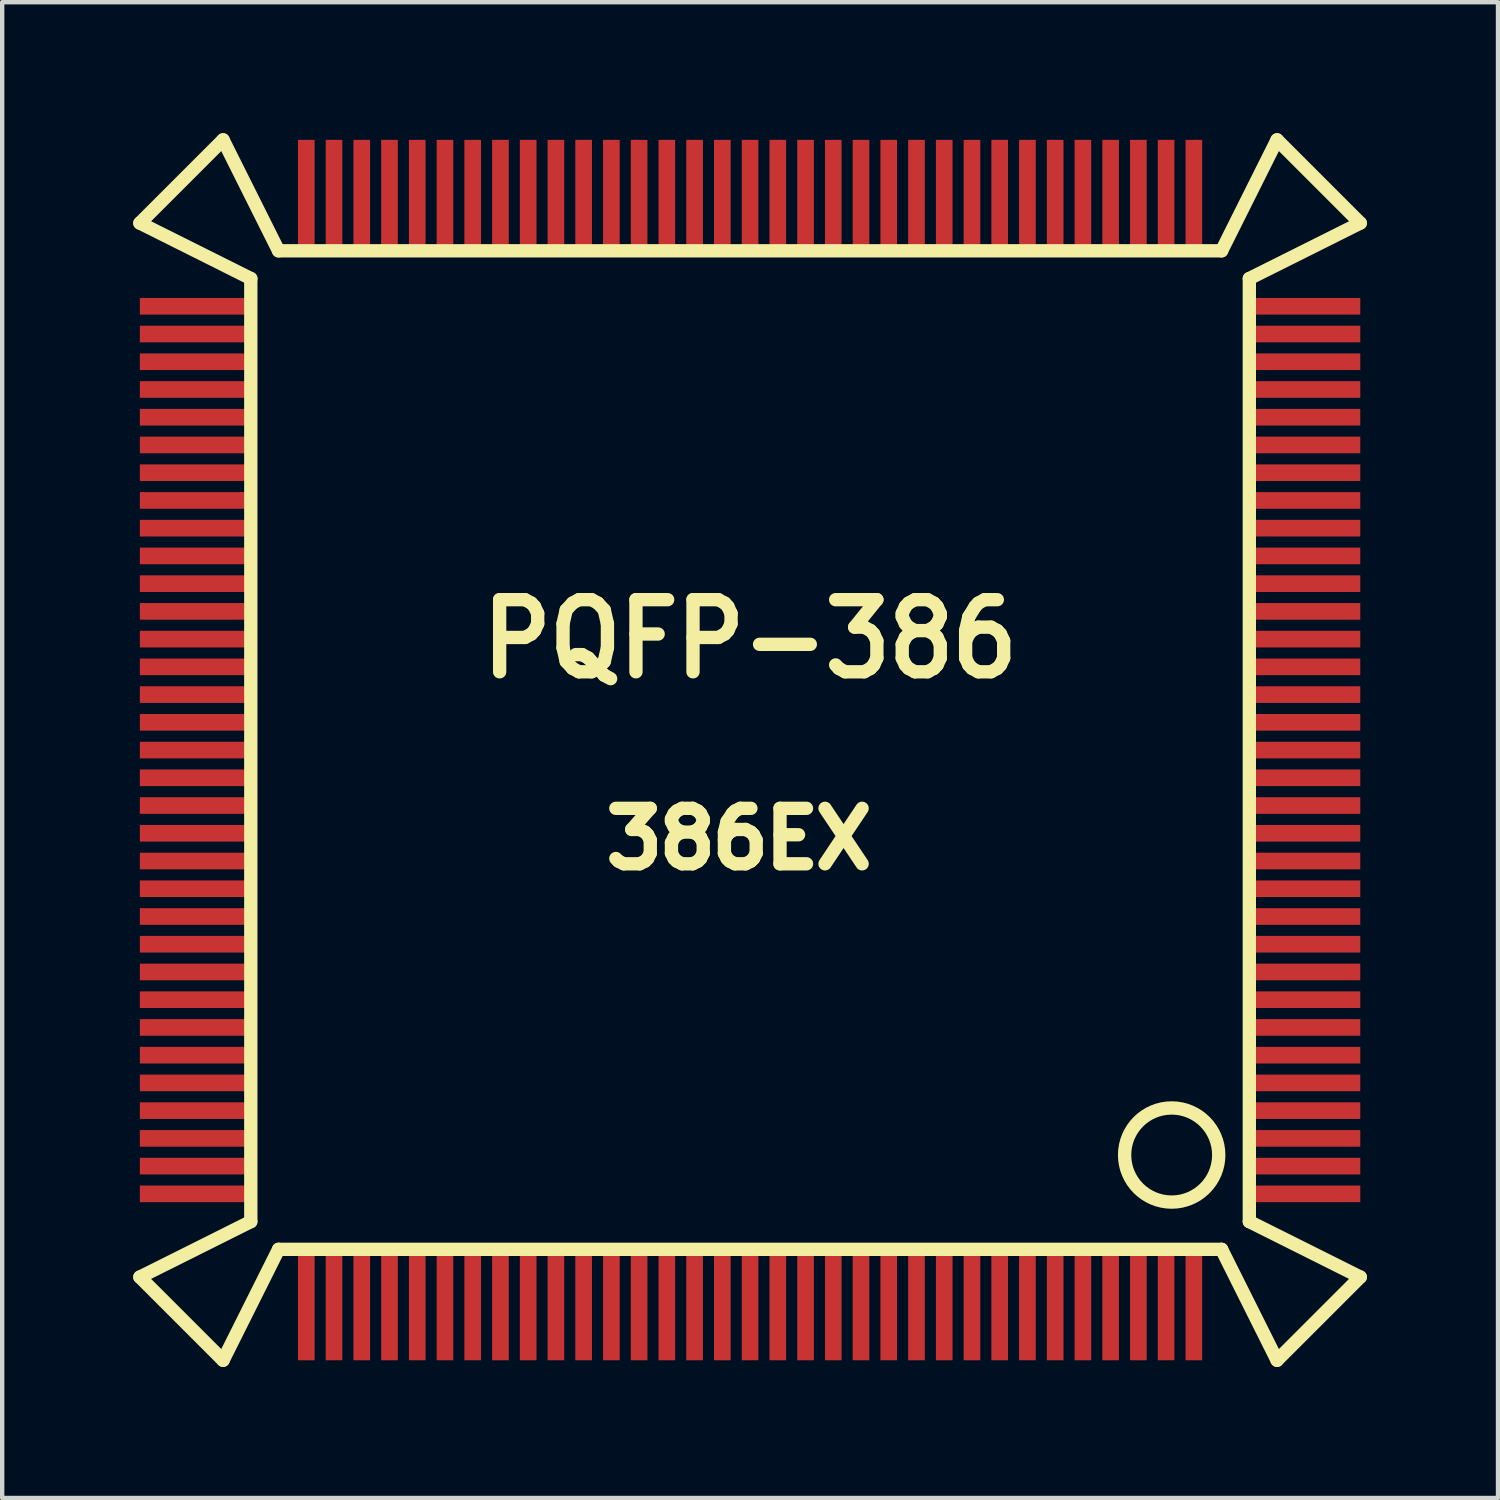
<source format=kicad_pcb>
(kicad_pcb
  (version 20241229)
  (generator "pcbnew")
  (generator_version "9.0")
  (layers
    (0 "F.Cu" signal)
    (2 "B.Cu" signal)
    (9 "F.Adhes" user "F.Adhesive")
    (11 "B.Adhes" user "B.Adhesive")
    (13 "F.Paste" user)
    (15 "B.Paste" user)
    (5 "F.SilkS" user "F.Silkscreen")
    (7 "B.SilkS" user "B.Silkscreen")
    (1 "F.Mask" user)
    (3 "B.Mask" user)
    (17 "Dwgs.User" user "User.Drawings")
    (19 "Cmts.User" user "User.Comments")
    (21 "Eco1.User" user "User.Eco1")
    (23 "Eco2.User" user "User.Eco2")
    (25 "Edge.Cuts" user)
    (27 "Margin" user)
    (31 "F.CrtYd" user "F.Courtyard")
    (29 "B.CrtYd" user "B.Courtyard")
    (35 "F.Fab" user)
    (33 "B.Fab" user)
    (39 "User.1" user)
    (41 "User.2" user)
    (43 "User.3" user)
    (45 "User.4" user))
  (footprint "PQFP-386"
    (layer "F.Cu")
    (at 14.122 14.122)
    (property "Reference" "PQFP-386" (at 0 -2.54 0) (layer "F.SilkS") (effects (font (size 1.651 1.524) (thickness 0.305))))
    (attr smd)
    (fp_line (start -13.97 -12.065) (end -11.43 -10.795) (stroke (width 0.305) (type solid)) (layer "F.SilkS"))
    (fp_line (start -13.97 12.065) (end -12.065 13.97) (stroke (width 0.305) (type solid)) (layer "F.SilkS"))
    (fp_line (start -12.065 -13.97) (end -13.97 -12.065) (stroke (width 0.305) (type solid)) (layer "F.SilkS"))
    (fp_line (start -12.065 13.97) (end -10.795 11.43) (stroke (width 0.305) (type solid)) (layer "F.SilkS"))
    (fp_line (start -11.43 -10.795) (end -11.43 10.795) (stroke (width 0.305) (type solid)) (layer "F.SilkS"))
    (fp_line (start -11.43 10.795) (end -13.97 12.065) (stroke (width 0.305) (type solid)) (layer "F.SilkS"))
    (fp_line (start -10.795 -11.43) (end -12.065 -13.97) (stroke (width 0.305) (type solid)) (layer "F.SilkS"))
    (fp_line (start -10.795 11.43) (end 10.795 11.43) (stroke (width 0.305) (type solid)) (layer "F.SilkS"))
    (fp_line (start 10.795 -11.43) (end -10.795 -11.43) (stroke (width 0.305) (type solid)) (layer "F.SilkS"))
    (fp_line (start 10.795 11.43) (end 12.065 13.97) (stroke (width 0.305) (type solid)) (layer "F.SilkS"))
    (fp_line (start 11.43 -10.795) (end 13.97 -12.065) (stroke (width 0.305) (type solid)) (layer "F.SilkS"))
    (fp_line (start 11.43 10.795) (end 11.43 -10.795) (stroke (width 0.305) (type solid)) (layer "F.SilkS"))
    (fp_line (start 12.065 -13.97) (end 10.795 -11.43) (stroke (width 0.305) (type solid)) (layer "F.SilkS"))
    (fp_line (start 12.065 13.97) (end 13.97 12.065) (stroke (width 0.305) (type solid)) (layer "F.SilkS"))
    (fp_line (start 13.97 -12.065) (end 12.065 -13.97) (stroke (width 0.305) (type solid)) (layer "F.SilkS"))
    (fp_line (start 13.97 12.065) (end 11.43 10.795) (stroke (width 0.305) (type solid)) (layer "F.SilkS"))
    (fp_circle (center 9.652 9.271) (end 10.414 10.033) (stroke (width 0.305) (type solid)) (fill no) (layer "F.SilkS"))
    (fp_text user "386EX" (at -0.254 2.032 0) (layer "F.SilkS") (effects (font (size 1.27 1.273) (thickness 0.305))))
    (pad "1" smd rect (at 12.7 10.16) (size 2.54 0.381) (layers "F.Cu" "F.Mask" "F.Paste"))
    (pad "2" smd rect (at 12.7 9.525) (size 2.54 0.381) (layers "F.Cu" "F.Mask" "F.Paste"))
    (pad "3" smd rect (at 12.7 8.89) (size 2.54 0.381) (layers "F.Cu" "F.Mask" "F.Paste"))
    (pad "4" smd rect (at 12.7 8.255) (size 2.54 0.381) (layers "F.Cu" "F.Mask" "F.Paste"))
    (pad "5" smd rect (at 12.7 7.62) (size 2.54 0.381) (layers "F.Cu" "F.Mask" "F.Paste"))
    (pad "6" smd rect (at 12.7 6.985) (size 2.54 0.381) (layers "F.Cu" "F.Mask" "F.Paste"))
    (pad "7" smd rect (at 12.7 6.35) (size 2.54 0.381) (layers "F.Cu" "F.Mask" "F.Paste"))
    (pad "8" smd rect (at 12.7 5.715) (size 2.54 0.381) (layers "F.Cu" "F.Mask" "F.Paste"))
    (pad "9" smd rect (at 12.7 5.08) (size 2.54 0.381) (layers "F.Cu" "F.Mask" "F.Paste"))
    (pad "10" smd rect (at 12.7 4.445) (size 2.54 0.381) (layers "F.Cu" "F.Mask" "F.Paste"))
    (pad "11" smd rect (at 12.7 3.81) (size 2.54 0.381) (layers "F.Cu" "F.Mask" "F.Paste"))
    (pad "12" smd rect (at 12.7 3.175) (size 2.54 0.381) (layers "F.Cu" "F.Mask" "F.Paste"))
    (pad "13" smd rect (at 12.7 2.54) (size 2.54 0.381) (layers "F.Cu" "F.Mask" "F.Paste"))
    (pad "14" smd rect (at 12.7 1.905) (size 2.54 0.381) (layers "F.Cu" "F.Mask" "F.Paste"))
    (pad "15" smd rect (at 12.7 1.27) (size 2.54 0.381) (layers "F.Cu" "F.Mask" "F.Paste"))
    (pad "16" smd rect (at 12.7 0.635) (size 2.54 0.381) (layers "F.Cu" "F.Mask" "F.Paste"))
    (pad "17" smd rect (at 12.7 0) (size 2.54 0.381) (layers "F.Cu" "F.Mask" "F.Paste"))
    (pad "18" smd rect (at 12.7 -0.635) (size 2.54 0.381) (layers "F.Cu" "F.Mask" "F.Paste"))
    (pad "19" smd rect (at 12.7 -1.27) (size 2.54 0.381) (layers "F.Cu" "F.Mask" "F.Paste"))
    (pad "20" smd rect (at 12.7 -1.905) (size 2.54 0.381) (layers "F.Cu" "F.Mask" "F.Paste"))
    (pad "21" smd rect (at 12.7 -2.54) (size 2.54 0.381) (layers "F.Cu" "F.Mask" "F.Paste"))
    (pad "22" smd rect (at 12.7 -3.175) (size 2.54 0.381) (layers "F.Cu" "F.Mask" "F.Paste"))
    (pad "23" smd rect (at 12.7 -3.81) (size 2.54 0.381) (layers "F.Cu" "F.Mask" "F.Paste"))
    (pad "24" smd rect (at 12.7 -4.445) (size 2.54 0.381) (layers "F.Cu" "F.Mask" "F.Paste"))
    (pad "25" smd rect (at 12.7 -5.08) (size 2.54 0.381) (layers "F.Cu" "F.Mask" "F.Paste"))
    (pad "26" smd rect (at 12.7 -5.715) (size 2.54 0.381) (layers "F.Cu" "F.Mask" "F.Paste"))
    (pad "27" smd rect (at 12.7 -6.35) (size 2.54 0.381) (layers "F.Cu" "F.Mask" "F.Paste"))
    (pad "28" smd rect (at 12.7 -6.985) (size 2.54 0.381) (layers "F.Cu" "F.Mask" "F.Paste"))
    (pad "29" smd rect (at 12.7 -7.62) (size 2.54 0.381) (layers "F.Cu" "F.Mask" "F.Paste"))
    (pad "30" smd rect (at 12.7 -8.255) (size 2.54 0.381) (layers "F.Cu" "F.Mask" "F.Paste"))
    (pad "31" smd rect (at 12.7 -8.89) (size 2.54 0.381) (layers "F.Cu" "F.Mask" "F.Paste"))
    (pad "32" smd rect (at 12.7 -9.525) (size 2.54 0.381) (layers "F.Cu" "F.Mask" "F.Paste"))
    (pad "33" smd rect (at 12.7 -10.16) (size 2.54 0.381) (layers "F.Cu" "F.Mask" "F.Paste"))
    (pad "34" smd rect (at 10.16 -12.7) (size 0.381 2.54) (layers "F.Cu" "F.Mask" "F.Paste"))
    (pad "35" smd rect (at 9.525 -12.7) (size 0.381 2.54) (layers "F.Cu" "F.Mask" "F.Paste"))
    (pad "36" smd rect (at 8.89 -12.7) (size 0.381 2.54) (layers "F.Cu" "F.Mask" "F.Paste"))
    (pad "37" smd rect (at 8.255 -12.7) (size 0.381 2.54) (layers "F.Cu" "F.Mask" "F.Paste"))
    (pad "38" smd rect (at 7.62 -12.7) (size 0.381 2.54) (layers "F.Cu" "F.Mask" "F.Paste"))
    (pad "39" smd rect (at 6.985 -12.7) (size 0.381 2.54) (layers "F.Cu" "F.Mask" "F.Paste"))
    (pad "40" smd rect (at 6.35 -12.7) (size 0.381 2.54) (layers "F.Cu" "F.Mask" "F.Paste"))
    (pad "41" smd rect (at 5.715 -12.7) (size 0.381 2.54) (layers "F.Cu" "F.Mask" "F.Paste"))
    (pad "42" smd rect (at 5.08 -12.7) (size 0.381 2.54) (layers "F.Cu" "F.Mask" "F.Paste"))
    (pad "43" smd rect (at 4.445 -12.7) (size 0.381 2.54) (layers "F.Cu" "F.Mask" "F.Paste"))
    (pad "44" smd rect (at 3.81 -12.7) (size 0.381 2.54) (layers "F.Cu" "F.Mask" "F.Paste"))
    (pad "45" smd rect (at 3.175 -12.7) (size 0.381 2.54) (layers "F.Cu" "F.Mask" "F.Paste"))
    (pad "46" smd rect (at 2.54 -12.7) (size 0.381 2.54) (layers "F.Cu" "F.Mask" "F.Paste"))
    (pad "47" smd rect (at 1.905 -12.7) (size 0.381 2.54) (layers "F.Cu" "F.Mask" "F.Paste"))
    (pad "48" smd rect (at 1.27 -12.7) (size 0.381 2.54) (layers "F.Cu" "F.Mask" "F.Paste"))
    (pad "49" smd rect (at 0.635 -12.7) (size 0.381 2.54) (layers "F.Cu" "F.Mask" "F.Paste"))
    (pad "50" smd rect (at 0 -12.7) (size 0.381 2.54) (layers "F.Cu" "F.Mask" "F.Paste"))
    (pad "51" smd rect (at -0.635 -12.7) (size 0.381 2.54) (layers "F.Cu" "F.Mask" "F.Paste"))
    (pad "52" smd rect (at -1.27 -12.7) (size 0.381 2.54) (layers "F.Cu" "F.Mask" "F.Paste"))
    (pad "53" smd rect (at -1.905 -12.7) (size 0.381 2.54) (layers "F.Cu" "F.Mask" "F.Paste"))
    (pad "54" smd rect (at -2.54 -12.7) (size 0.381 2.54) (layers "F.Cu" "F.Mask" "F.Paste"))
    (pad "55" smd rect (at -3.175 -12.7) (size 0.381 2.54) (layers "F.Cu" "F.Mask" "F.Paste"))
    (pad "56" smd rect (at -3.81 -12.7) (size 0.381 2.54) (layers "F.Cu" "F.Mask" "F.Paste"))
    (pad "57" smd rect (at -4.445 -12.7) (size 0.381 2.54) (layers "F.Cu" "F.Mask" "F.Paste"))
    (pad "58" smd rect (at -5.08 -12.7) (size 0.381 2.54) (layers "F.Cu" "F.Mask" "F.Paste"))
    (pad "59" smd rect (at -5.715 -12.7) (size 0.381 2.54) (layers "F.Cu" "F.Mask" "F.Paste"))
    (pad "60" smd rect (at -6.35 -12.7) (size 0.381 2.54) (layers "F.Cu" "F.Mask" "F.Paste"))
    (pad "61" smd rect (at -6.985 -12.7) (size 0.381 2.54) (layers "F.Cu" "F.Mask" "F.Paste"))
    (pad "62" smd rect (at -7.62 -12.7) (size 0.381 2.54) (layers "F.Cu" "F.Mask" "F.Paste"))
    (pad "63" smd rect (at -8.255 -12.7) (size 0.381 2.54) (layers "F.Cu" "F.Mask" "F.Paste"))
    (pad "64" smd rect (at -8.89 -12.7) (size 0.381 2.54) (layers "F.Cu" "F.Mask" "F.Paste"))
    (pad "65" smd rect (at -9.525 -12.7) (size 0.381 2.54) (layers "F.Cu" "F.Mask" "F.Paste"))
    (pad "66" smd rect (at -10.16 -12.7) (size 0.381 2.54) (layers "F.Cu" "F.Mask" "F.Paste"))
    (pad "67" smd rect (at -12.7 -10.16) (size 2.54 0.381) (layers "F.Cu" "F.Mask" "F.Paste"))
    (pad "68" smd rect (at -12.7 -9.525) (size 2.54 0.381) (layers "F.Cu" "F.Mask" "F.Paste"))
    (pad "69" smd rect (at -12.7 -8.89) (size 2.54 0.381) (layers "F.Cu" "F.Mask" "F.Paste"))
    (pad "70" smd rect (at -12.7 -8.255) (size 2.54 0.381) (layers "F.Cu" "F.Mask" "F.Paste"))
    (pad "71" smd rect (at -12.7 -7.62) (size 2.54 0.381) (layers "F.Cu" "F.Mask" "F.Paste"))
    (pad "72" smd rect (at -12.7 -6.985) (size 2.54 0.381) (layers "F.Cu" "F.Mask" "F.Paste"))
    (pad "73" smd rect (at -12.7 -6.35) (size 2.54 0.381) (layers "F.Cu" "F.Mask" "F.Paste"))
    (pad "74" smd rect (at -12.7 -5.715) (size 2.54 0.381) (layers "F.Cu" "F.Mask" "F.Paste"))
    (pad "75" smd rect (at -12.7 -5.08) (size 2.54 0.381) (layers "F.Cu" "F.Mask" "F.Paste"))
    (pad "76" smd rect (at -12.7 -4.445) (size 2.54 0.381) (layers "F.Cu" "F.Mask" "F.Paste"))
    (pad "77" smd rect (at -12.7 -3.81) (size 2.54 0.381) (layers "F.Cu" "F.Mask" "F.Paste"))
    (pad "78" smd rect (at -12.7 -3.175) (size 2.54 0.381) (layers "F.Cu" "F.Mask" "F.Paste"))
    (pad "79" smd rect (at -12.7 -2.54) (size 2.54 0.381) (layers "F.Cu" "F.Mask" "F.Paste"))
    (pad "80" smd rect (at -12.7 -1.905) (size 2.54 0.381) (layers "F.Cu" "F.Mask" "F.Paste"))
    (pad "81" smd rect (at -12.7 -1.27) (size 2.54 0.381) (layers "F.Cu" "F.Mask" "F.Paste"))
    (pad "82" smd rect (at -12.7 -0.635) (size 2.54 0.381) (layers "F.Cu" "F.Mask" "F.Paste"))
    (pad "83" smd rect (at -12.7 0) (size 2.54 0.381) (layers "F.Cu" "F.Mask" "F.Paste"))
    (pad "84" smd rect (at -12.7 0.635) (size 2.54 0.381) (layers "F.Cu" "F.Mask" "F.Paste"))
    (pad "85" smd rect (at -12.7 1.27) (size 2.54 0.381) (layers "F.Cu" "F.Mask" "F.Paste"))
    (pad "86" smd rect (at -12.7 1.905) (size 2.54 0.381) (layers "F.Cu" "F.Mask" "F.Paste"))
    (pad "87" smd rect (at -12.7 2.54) (size 2.54 0.381) (layers "F.Cu" "F.Mask" "F.Paste"))
    (pad "88" smd rect (at -12.7 3.175) (size 2.54 0.381) (layers "F.Cu" "F.Mask" "F.Paste"))
    (pad "89" smd rect (at -12.7 3.81) (size 2.54 0.381) (layers "F.Cu" "F.Mask" "F.Paste"))
    (pad "90" smd rect (at -12.7 4.445) (size 2.54 0.381) (layers "F.Cu" "F.Mask" "F.Paste"))
    (pad "91" smd rect (at -12.7 5.08) (size 2.54 0.381) (layers "F.Cu" "F.Mask" "F.Paste"))
    (pad "92" smd rect (at -12.7 5.715) (size 2.54 0.381) (layers "F.Cu" "F.Mask" "F.Paste"))
    (pad "93" smd rect (at -12.7 6.35) (size 2.54 0.381) (layers "F.Cu" "F.Mask" "F.Paste"))
    (pad "94" smd rect (at -12.7 6.985) (size 2.54 0.381) (layers "F.Cu" "F.Mask" "F.Paste"))
    (pad "95" smd rect (at -12.7 7.62) (size 2.54 0.381) (layers "F.Cu" "F.Mask" "F.Paste"))
    (pad "96" smd rect (at -12.7 8.255) (size 2.54 0.381) (layers "F.Cu" "F.Mask" "F.Paste"))
    (pad "97" smd rect (at -12.7 8.89) (size 2.54 0.381) (layers "F.Cu" "F.Mask" "F.Paste"))
    (pad "98" smd rect (at -12.7 9.525) (size 2.54 0.381) (layers "F.Cu" "F.Mask" "F.Paste"))
    (pad "99" smd rect (at -12.7 10.16) (size 2.54 0.381) (layers "F.Cu" "F.Mask" "F.Paste"))
    (pad "100" smd rect (at -10.16 12.7) (size 0.381 2.54) (layers "F.Cu" "F.Mask" "F.Paste"))
    (pad "101" smd rect (at -9.525 12.7) (size 0.381 2.54) (layers "F.Cu" "F.Mask" "F.Paste"))
    (pad "102" smd rect (at -8.89 12.7) (size 0.381 2.54) (layers "F.Cu" "F.Mask" "F.Paste"))
    (pad "103" smd rect (at -8.255 12.7) (size 0.381 2.54) (layers "F.Cu" "F.Mask" "F.Paste"))
    (pad "104" smd rect (at -7.62 12.7) (size 0.381 2.54) (layers "F.Cu" "F.Mask" "F.Paste"))
    (pad "105" smd rect (at -6.985 12.7) (size 0.381 2.54) (layers "F.Cu" "F.Mask" "F.Paste"))
    (pad "106" smd rect (at -6.35 12.7) (size 0.381 2.54) (layers "F.Cu" "F.Mask" "F.Paste"))
    (pad "107" smd rect (at -5.715 12.7) (size 0.381 2.54) (layers "F.Cu" "F.Mask" "F.Paste"))
    (pad "108" smd rect (at -5.08 12.7) (size 0.381 2.54) (layers "F.Cu" "F.Mask" "F.Paste"))
    (pad "109" smd rect (at -4.445 12.7) (size 0.381 2.54) (layers "F.Cu" "F.Mask" "F.Paste"))
    (pad "110" smd rect (at -3.81 12.7) (size 0.381 2.54) (layers "F.Cu" "F.Mask" "F.Paste"))
    (pad "111" smd rect (at -3.175 12.7) (size 0.381 2.54) (layers "F.Cu" "F.Mask" "F.Paste"))
    (pad "112" smd rect (at -2.54 12.7) (size 0.381 2.54) (layers "F.Cu" "F.Mask" "F.Paste"))
    (pad "113" smd rect (at -1.905 12.7) (size 0.381 2.54) (layers "F.Cu" "F.Mask" "F.Paste"))
    (pad "114" smd rect (at -1.27 12.7) (size 0.381 2.54) (layers "F.Cu" "F.Mask" "F.Paste"))
    (pad "115" smd rect (at -0.635 12.7) (size 0.381 2.54) (layers "F.Cu" "F.Mask" "F.Paste"))
    (pad "116" smd rect (at 0 12.7) (size 0.381 2.54) (layers "F.Cu" "F.Mask" "F.Paste"))
    (pad "117" smd rect (at 0.635 12.7) (size 0.381 2.54) (layers "F.Cu" "F.Mask" "F.Paste"))
    (pad "118" smd rect (at 1.27 12.7) (size 0.381 2.54) (layers "F.Cu" "F.Mask" "F.Paste"))
    (pad "119" smd rect (at 1.905 12.7) (size 0.381 2.54) (layers "F.Cu" "F.Mask" "F.Paste"))
    (pad "120" smd rect (at 2.54 12.7) (size 0.381 2.54) (layers "F.Cu" "F.Mask" "F.Paste"))
    (pad "121" smd rect (at 3.175 12.7) (size 0.381 2.54) (layers "F.Cu" "F.Mask" "F.Paste"))
    (pad "122" smd rect (at 3.81 12.7) (size 0.381 2.54) (layers "F.Cu" "F.Mask" "F.Paste"))
    (pad "123" smd rect (at 4.445 12.7) (size 0.381 2.54) (layers "F.Cu" "F.Mask" "F.Paste"))
    (pad "124" smd rect (at 5.08 12.7) (size 0.381 2.54) (layers "F.Cu" "F.Mask" "F.Paste"))
    (pad "125" smd rect (at 5.715 12.7) (size 0.381 2.54) (layers "F.Cu" "F.Mask" "F.Paste"))
    (pad "126" smd rect (at 6.35 12.7) (size 0.381 2.54) (layers "F.Cu" "F.Mask" "F.Paste"))
    (pad "127" smd rect (at 6.985 12.7) (size 0.381 2.54) (layers "F.Cu" "F.Mask" "F.Paste"))
    (pad "128" smd rect (at 7.62 12.7) (size 0.381 2.54) (layers "F.Cu" "F.Mask" "F.Paste"))
    (pad "129" smd rect (at 8.255 12.7) (size 0.381 2.54) (layers "F.Cu" "F.Mask" "F.Paste"))
    (pad "130" smd rect (at 8.89 12.7) (size 0.381 2.54) (layers "F.Cu" "F.Mask" "F.Paste"))
    (pad "131" smd rect (at 9.525 12.7) (size 0.381 2.54) (layers "F.Cu" "F.Mask" "F.Paste"))
    (pad "132" smd rect (at 10.16 12.7) (size 0.381 2.54) (layers "F.Cu" "F.Mask" "F.Paste")))
  (gr_rect
    (start -3 -3)
    (end 31.245 31.245)
    (stroke (width 0.1) (type default))
    (fill no)
    (layer "Edge.Cuts")))
</source>
